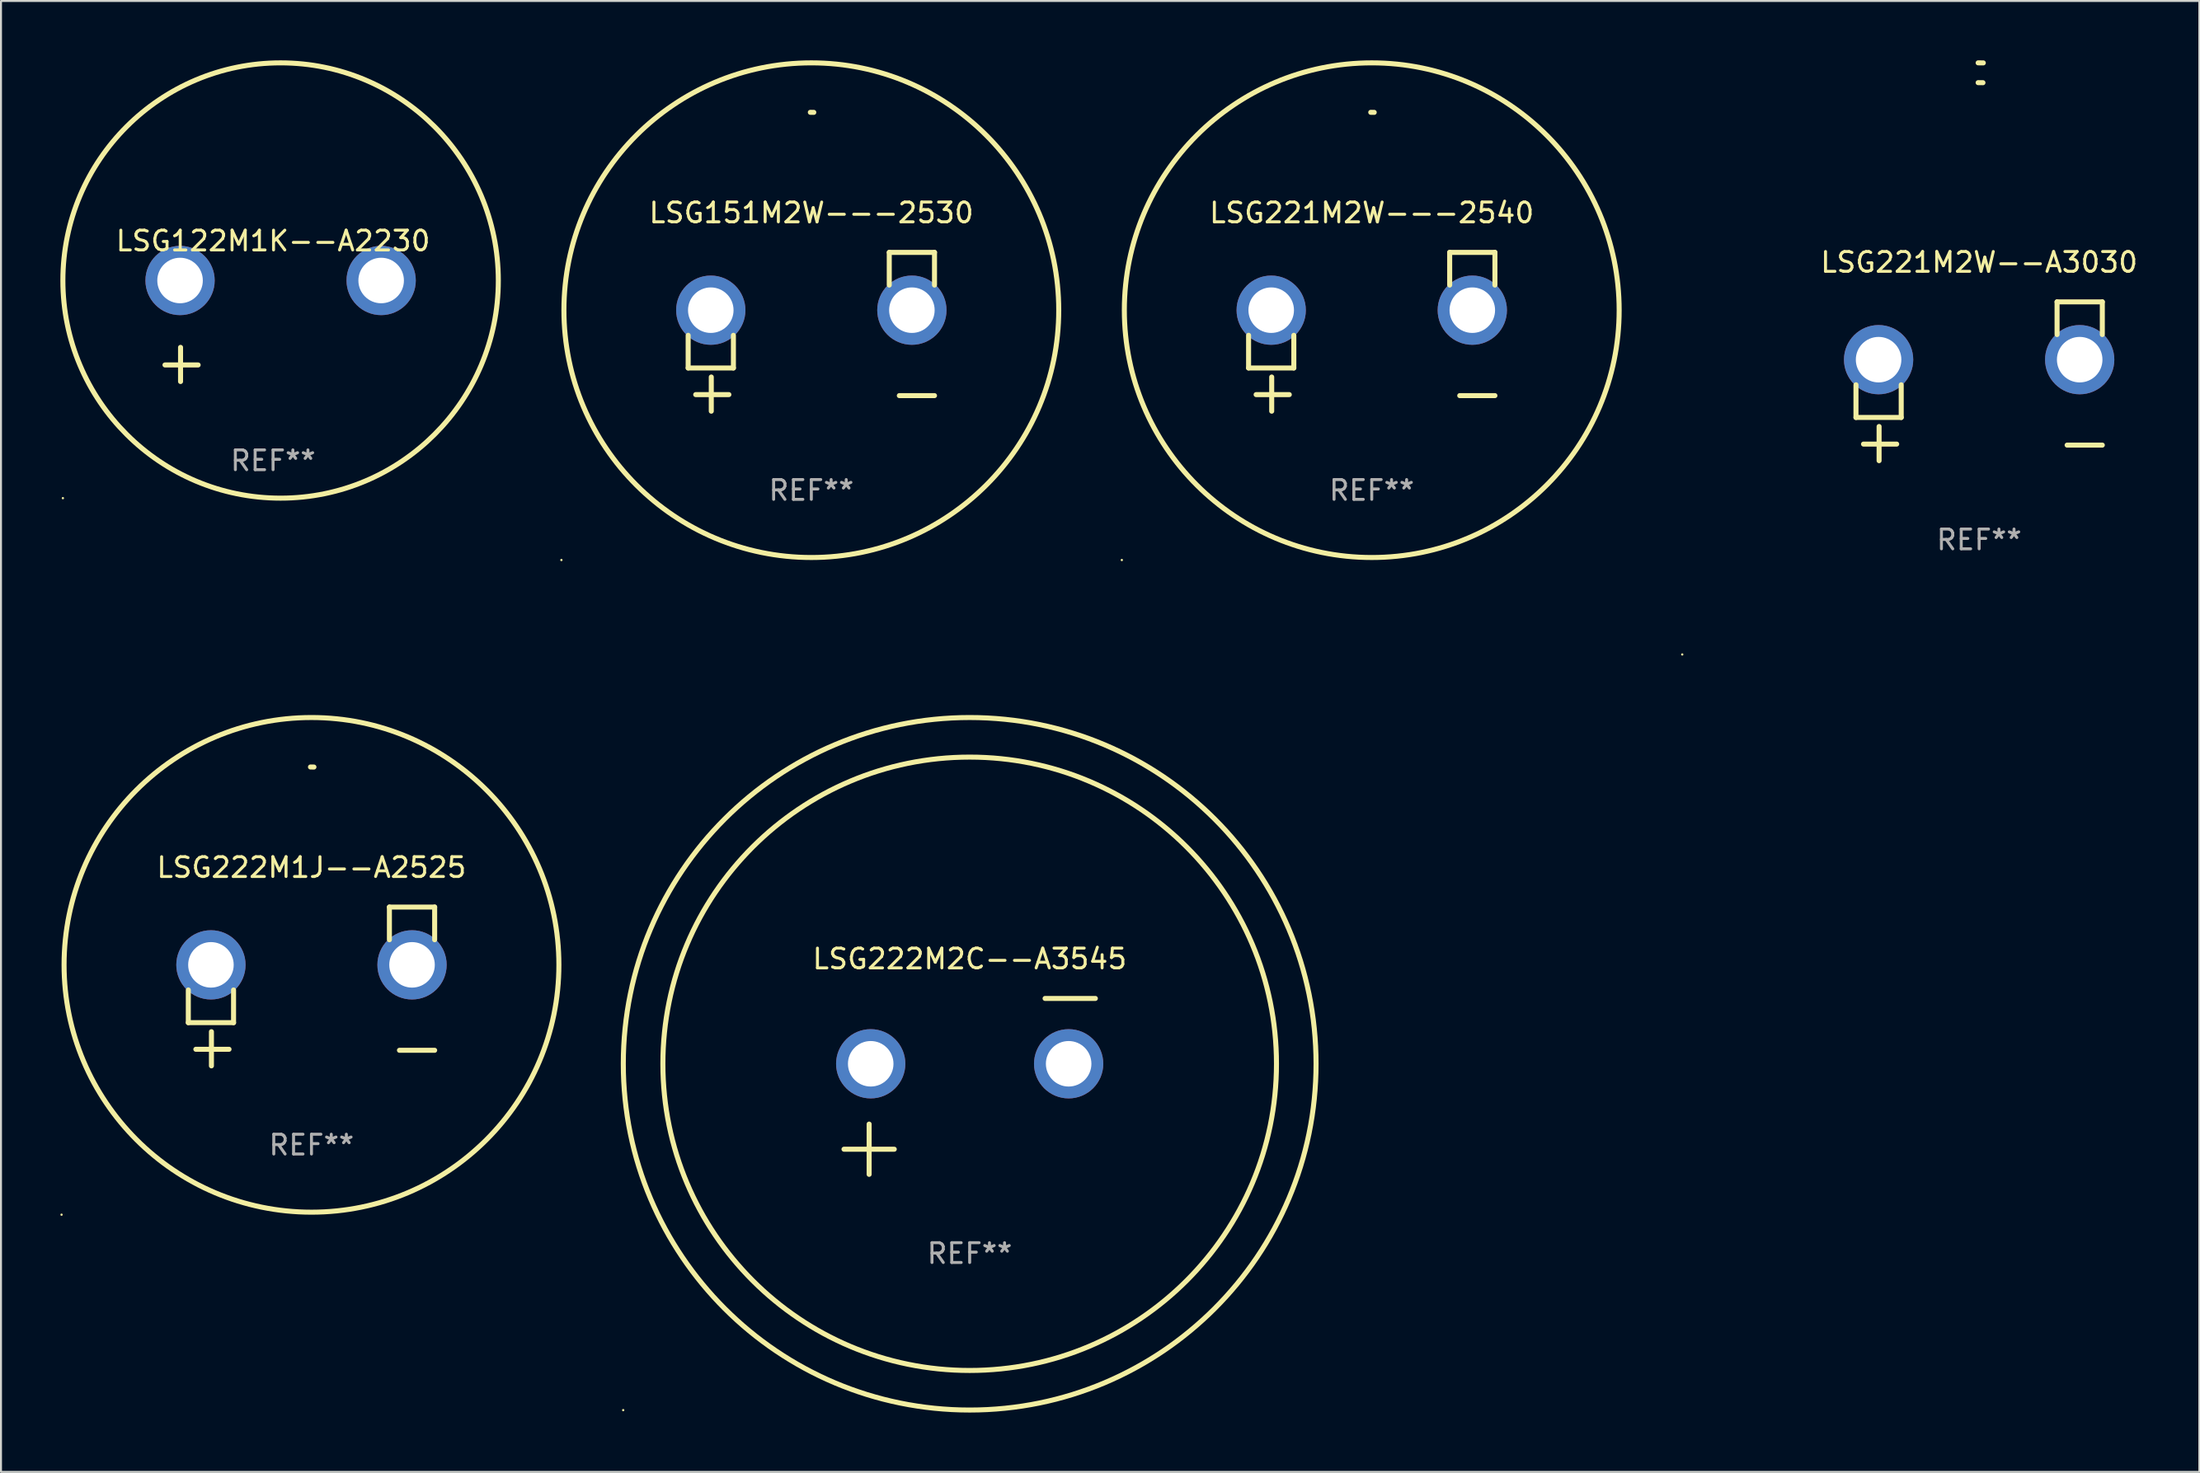
<source format=kicad_pcb>
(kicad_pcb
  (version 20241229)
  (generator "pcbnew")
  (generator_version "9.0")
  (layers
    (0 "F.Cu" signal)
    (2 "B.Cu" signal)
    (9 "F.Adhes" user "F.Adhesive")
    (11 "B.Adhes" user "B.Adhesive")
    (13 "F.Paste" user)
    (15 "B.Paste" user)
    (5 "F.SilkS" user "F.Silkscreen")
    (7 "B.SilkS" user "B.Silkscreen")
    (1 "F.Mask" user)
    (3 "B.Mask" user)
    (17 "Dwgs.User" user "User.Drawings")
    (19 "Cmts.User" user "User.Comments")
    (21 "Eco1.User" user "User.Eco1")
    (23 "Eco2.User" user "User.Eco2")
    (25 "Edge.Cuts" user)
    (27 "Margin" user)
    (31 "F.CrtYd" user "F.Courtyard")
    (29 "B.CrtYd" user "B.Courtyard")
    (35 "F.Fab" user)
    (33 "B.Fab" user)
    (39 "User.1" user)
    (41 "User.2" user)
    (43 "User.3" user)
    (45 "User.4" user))
  (footprint "LSG221M2W---2540"
    (layer "F.Cu")
    (at 66.255 13.719)
    (property "Reference" "LSG221M2W---2540" (at 0 -6.013 0) (layer "F.SilkS") (effects (font (size 1 1) (thickness 0.15))))
    (attr through_hole)
    (fp_line (start -6.223 0.178) (end -6.223 1.829) (stroke (width 0.254) (type solid)) (layer "F.SilkS"))
    (fp_line (start -6.223 1.829) (end -3.937 1.829) (stroke (width 0.254) (type solid)) (layer "F.SilkS"))
    (fp_line (start -5.055 4.013) (end -5.055 2.286) (stroke (width 0.254) (type solid)) (layer "F.SilkS"))
    (fp_line (start -4.166 3.175) (end -5.842 3.175) (stroke (width 0.254) (type solid)) (layer "F.SilkS"))
    (fp_line (start -3.937 1.829) (end -3.937 0.178) (stroke (width 0.254) (type solid)) (layer "F.SilkS"))
    (fp_line (start 3.937 -4.013) (end 3.937 -2.362) (stroke (width 0.254) (type solid)) (layer "F.SilkS"))
    (fp_line (start 6.223 -4.013) (end 3.937 -4.013) (stroke (width 0.254) (type solid)) (layer "F.SilkS"))
    (fp_line (start 6.223 -2.362) (end 6.223 -4.013) (stroke (width 0.254) (type solid)) (layer "F.SilkS"))
    (fp_line (start 6.223 3.226) (end 4.445 3.226) (stroke (width 0.254) (type solid)) (layer "F.SilkS"))
    (fp_arc (start -0.0508 -11.092202) (mid 0.036835 -11.091307) (end 0.12446 -11.089662) (stroke (width 0.254001) (type solid)) (layer "F.SilkS"))
    (fp_circle (center -12.627 11.535) (end -12.597 11.535) (stroke (width 0.06) (type solid)) (fill no) (layer "F.SilkS"))
    (fp_circle (center 0 -1.092) (end 12.5 -1.092) (stroke (width 0.254) (type solid)) (fill no) (layer "F.SilkS"))
    (fp_text user "REF**" (at 0 8.013 0) (layer "F.Fab") (effects (font (size 1 1) (thickness 0.15))))
    (pad "1" thru_hole circle (at -5.08 -1.092) (size 3.5 3.5) (drill 2.3) (layers "*.Cu" "*.Mask"))
    (pad "2" thru_hole circle (at 5.08 -1.092) (size 3.5 3.5) (drill 2.3) (layers "*.Cu" "*.Mask")))
  (footprint "LSG222M2C--A3545"
    (layer "F.Cu")
    (at 45.941 51.858)
    (property "Reference" "LSG222M2C--A3545" (at 0 -6.445 0) (layer "F.SilkS") (effects (font (size 1 1) (thickness 0.15))))
    (attr through_hole)
    (fp_line (start -6.35 3.175) (end -3.81 3.175) (stroke (width 0.254) (type solid)) (layer "F.SilkS"))
    (fp_line (start -5.08 1.905) (end -5.08 4.445) (stroke (width 0.254) (type solid)) (layer "F.SilkS"))
    (fp_line (start 3.81 -4.445) (end 6.35 -4.445) (stroke (width 0.254) (type solid)) (layer "F.SilkS"))
    (fp_circle (center -17.505 16.362) (end -17.475 16.362) (stroke (width 0.06) (type solid)) (fill no) (layer "F.SilkS"))
    (fp_circle (center 0 -1.143) (end 15.5 -1.143) (stroke (width 0.254) (type solid)) (fill no) (layer "F.SilkS"))
    (fp_circle (center 0 -1.143) (end 17.5 -1.143) (stroke (width 0.254) (type solid)) (fill no) (layer "F.SilkS"))
    (fp_text user "REF**" (at 0 8.445 0) (layer "F.Fab") (effects (font (size 1 1) (thickness 0.15))))
    (pad "1" thru_hole circle (at -5 -1.143) (size 3.5 3.5) (drill 2.3) (layers "*.Cu" "*.Mask"))
    (pad "2" thru_hole circle (at 5 -1.143) (size 3.5 3.5) (drill 2.3) (layers "*.Cu" "*.Mask")))
  (footprint "LSG221M2W--A3030"
    (layer "F.Cu")
    (at 96.942 16.22)
    (property "Reference" "LSG221M2W--A3030" (at 0 -6.013 0) (layer "F.SilkS") (effects (font (size 1 1) (thickness 0.15))))
    (attr through_hole)
    (fp_line (start -6.223 0.178) (end -6.223 1.829) (stroke (width 0.254) (type solid)) (layer "F.SilkS"))
    (fp_line (start -6.223 1.829) (end -3.937 1.829) (stroke (width 0.254) (type solid)) (layer "F.SilkS"))
    (fp_line (start -5.055 4.013) (end -5.055 2.286) (stroke (width 0.254) (type solid)) (layer "F.SilkS"))
    (fp_line (start -4.166 3.175) (end -5.842 3.175) (stroke (width 0.254) (type solid)) (layer "F.SilkS"))
    (fp_line (start -3.937 1.829) (end -3.937 0.178) (stroke (width 0.254) (type solid)) (layer "F.SilkS"))
    (fp_line (start 3.937 -4.013) (end 3.937 -2.362) (stroke (width 0.254) (type solid)) (layer "F.SilkS"))
    (fp_line (start 6.223 -4.013) (end 3.937 -4.013) (stroke (width 0.254) (type solid)) (layer "F.SilkS"))
    (fp_line (start 6.223 -2.362) (end 6.223 -4.013) (stroke (width 0.254) (type solid)) (layer "F.SilkS"))
    (fp_line (start 6.223 3.226) (end 4.445 3.226) (stroke (width 0.254) (type solid)) (layer "F.SilkS"))
    (fp_arc (start -0.0508 -16.093472) (mid 0.080016 -16.092762) (end 0.210821 -16.090932) (stroke (width 0.254001) (type solid)) (layer "F.SilkS"))
    (fp_arc (start -0.0508 -15.09271) (mid 0.071125 -15.091961) (end 0.19304 -15.09017) (stroke (width 0.254001) (type solid)) (layer "F.SilkS"))
    (fp_circle (center -15 13.808) (end -14.97 13.808) (stroke (width 0.06) (type solid)) (fill no) (layer "F.SilkS"))
    (fp_text user "REF**" (at 0 8.013 0) (layer "F.Fab") (effects (font (size 1 1) (thickness 0.15))))
    (pad "1" thru_hole circle (at -5.08 -1.092) (size 3.5 3.5) (drill 2.3) (layers "*.Cu" "*.Mask"))
    (pad "2" thru_hole circle (at 5.08 -1.092) (size 3.5 3.5) (drill 2.3) (layers "*.Cu" "*.Mask")))
  (footprint "LSG122M1K--A2230"
    (layer "F.Cu")
    (at 10.746 13.68)
    (property "Reference" "LSG122M1K--A2230" (at 0 -4.553 0) (layer "F.SilkS") (effects (font (size 1 1) (thickness 0.15))))
    (attr through_hole)
    (fp_line (start -4.674 2.553) (end -4.674 0.826) (stroke (width 0.254) (type solid)) (layer "F.SilkS"))
    (fp_line (start -3.785 1.715) (end -5.461 1.715) (stroke (width 0.254) (type solid)) (layer "F.SilkS"))
    (fp_circle (center -10.619 8.447) (end -10.589 8.447) (stroke (width 0.06) (type solid)) (fill no) (layer "F.SilkS"))
    (fp_circle (center 0.381 -2.553) (end 11.381 -2.553) (stroke (width 0.254) (type solid)) (fill no) (layer "F.SilkS"))
    (fp_text user "REF**" (at 0 6.553 0) (layer "F.Fab") (effects (font (size 1 1) (thickness 0.15))))
    (pad "1" thru_hole circle (at -4.699 -2.553) (size 3.5 3.5) (drill 2.3) (layers "*.Cu" "*.Mask"))
    (pad "2" thru_hole circle (at 5.461 -2.553) (size 3.5 3.5) (drill 2.3) (layers "*.Cu" "*.Mask")))
  (footprint "LSG222M1J--A2525"
    (layer "F.Cu")
    (at 12.687 46.807)
    (property "Reference" "LSG222M1J--A2525" (at 0 -6.013 0) (layer "F.SilkS") (effects (font (size 1 1) (thickness 0.15))))
    (attr through_hole)
    (fp_line (start -6.223 0.178) (end -6.223 1.829) (stroke (width 0.254) (type solid)) (layer "F.SilkS"))
    (fp_line (start -6.223 1.829) (end -3.937 1.829) (stroke (width 0.254) (type solid)) (layer "F.SilkS"))
    (fp_line (start -5.055 4.013) (end -5.055 2.286) (stroke (width 0.254) (type solid)) (layer "F.SilkS"))
    (fp_line (start -4.166 3.175) (end -5.842 3.175) (stroke (width 0.254) (type solid)) (layer "F.SilkS"))
    (fp_line (start -3.937 1.829) (end -3.937 0.178) (stroke (width 0.254) (type solid)) (layer "F.SilkS"))
    (fp_line (start 3.937 -4.013) (end 3.937 -2.362) (stroke (width 0.254) (type solid)) (layer "F.SilkS"))
    (fp_line (start 6.223 -4.013) (end 3.937 -4.013) (stroke (width 0.254) (type solid)) (layer "F.SilkS"))
    (fp_line (start 6.223 -2.362) (end 6.223 -4.013) (stroke (width 0.254) (type solid)) (layer "F.SilkS"))
    (fp_line (start 6.223 3.226) (end 4.445 3.226) (stroke (width 0.254) (type solid)) (layer "F.SilkS"))
    (fp_arc (start -0.0508 -11.092202) (mid 0.036835 -11.091307) (end 0.12446 -11.089662) (stroke (width 0.254001) (type solid)) (layer "F.SilkS"))
    (fp_circle (center -12.627 11.535) (end -12.597 11.535) (stroke (width 0.06) (type solid)) (fill no) (layer "F.SilkS"))
    (fp_circle (center 0 -1.092) (end 12.5 -1.092) (stroke (width 0.254) (type solid)) (fill no) (layer "F.SilkS"))
    (fp_text user "REF**" (at 0 8.013 0) (layer "F.Fab") (effects (font (size 1 1) (thickness 0.15))))
    (pad "1" thru_hole circle (at -5.08 -1.092) (size 3.5 3.5) (drill 2.3) (layers "*.Cu" "*.Mask"))
    (pad "2" thru_hole circle (at 5.08 -1.092) (size 3.5 3.5) (drill 2.3) (layers "*.Cu" "*.Mask")))
  (footprint "LSG151M2W---2530"
    (layer "F.Cu")
    (at 37.941 13.719)
    (property "Reference" "LSG151M2W---2530" (at 0 -6.013 0) (layer "F.SilkS") (effects (font (size 1 1) (thickness 0.15))))
    (attr through_hole)
    (fp_line (start -6.223 0.178) (end -6.223 1.829) (stroke (width 0.254) (type solid)) (layer "F.SilkS"))
    (fp_line (start -6.223 1.829) (end -3.937 1.829) (stroke (width 0.254) (type solid)) (layer "F.SilkS"))
    (fp_line (start -5.055 4.013) (end -5.055 2.286) (stroke (width 0.254) (type solid)) (layer "F.SilkS"))
    (fp_line (start -4.166 3.175) (end -5.842 3.175) (stroke (width 0.254) (type solid)) (layer "F.SilkS"))
    (fp_line (start -3.937 1.829) (end -3.937 0.178) (stroke (width 0.254) (type solid)) (layer "F.SilkS"))
    (fp_line (start 3.937 -4.013) (end 3.937 -2.362) (stroke (width 0.254) (type solid)) (layer "F.SilkS"))
    (fp_line (start 6.223 -4.013) (end 3.937 -4.013) (stroke (width 0.254) (type solid)) (layer "F.SilkS"))
    (fp_line (start 6.223 -2.362) (end 6.223 -4.013) (stroke (width 0.254) (type solid)) (layer "F.SilkS"))
    (fp_line (start 6.223 3.226) (end 4.445 3.226) (stroke (width 0.254) (type solid)) (layer "F.SilkS"))
    (fp_arc (start -0.0508 -11.092202) (mid 0.036835 -11.091307) (end 0.12446 -11.089662) (stroke (width 0.254001) (type solid)) (layer "F.SilkS"))
    (fp_circle (center -12.627 11.535) (end -12.597 11.535) (stroke (width 0.06) (type solid)) (fill no) (layer "F.SilkS"))
    (fp_circle (center 0 -1.092) (end 12.5 -1.092) (stroke (width 0.254) (type solid)) (fill no) (layer "F.SilkS"))
    (fp_text user "REF**" (at 0 8.013 0) (layer "F.Fab") (effects (font (size 1 1) (thickness 0.15))))
    (pad "1" thru_hole circle (at -5.08 -1.092) (size 3.5 3.5) (drill 2.3) (layers "*.Cu" "*.Mask"))
    (pad "2" thru_hole circle (at 5.08 -1.092) (size 3.5 3.5) (drill 2.3) (layers "*.Cu" "*.Mask")))
  (gr_rect
    (start -3 -3)
    (end 108.067 71.343)
    (stroke (width 0.1) (type default))
    (fill no)
    (layer "Edge.Cuts")))
</source>
